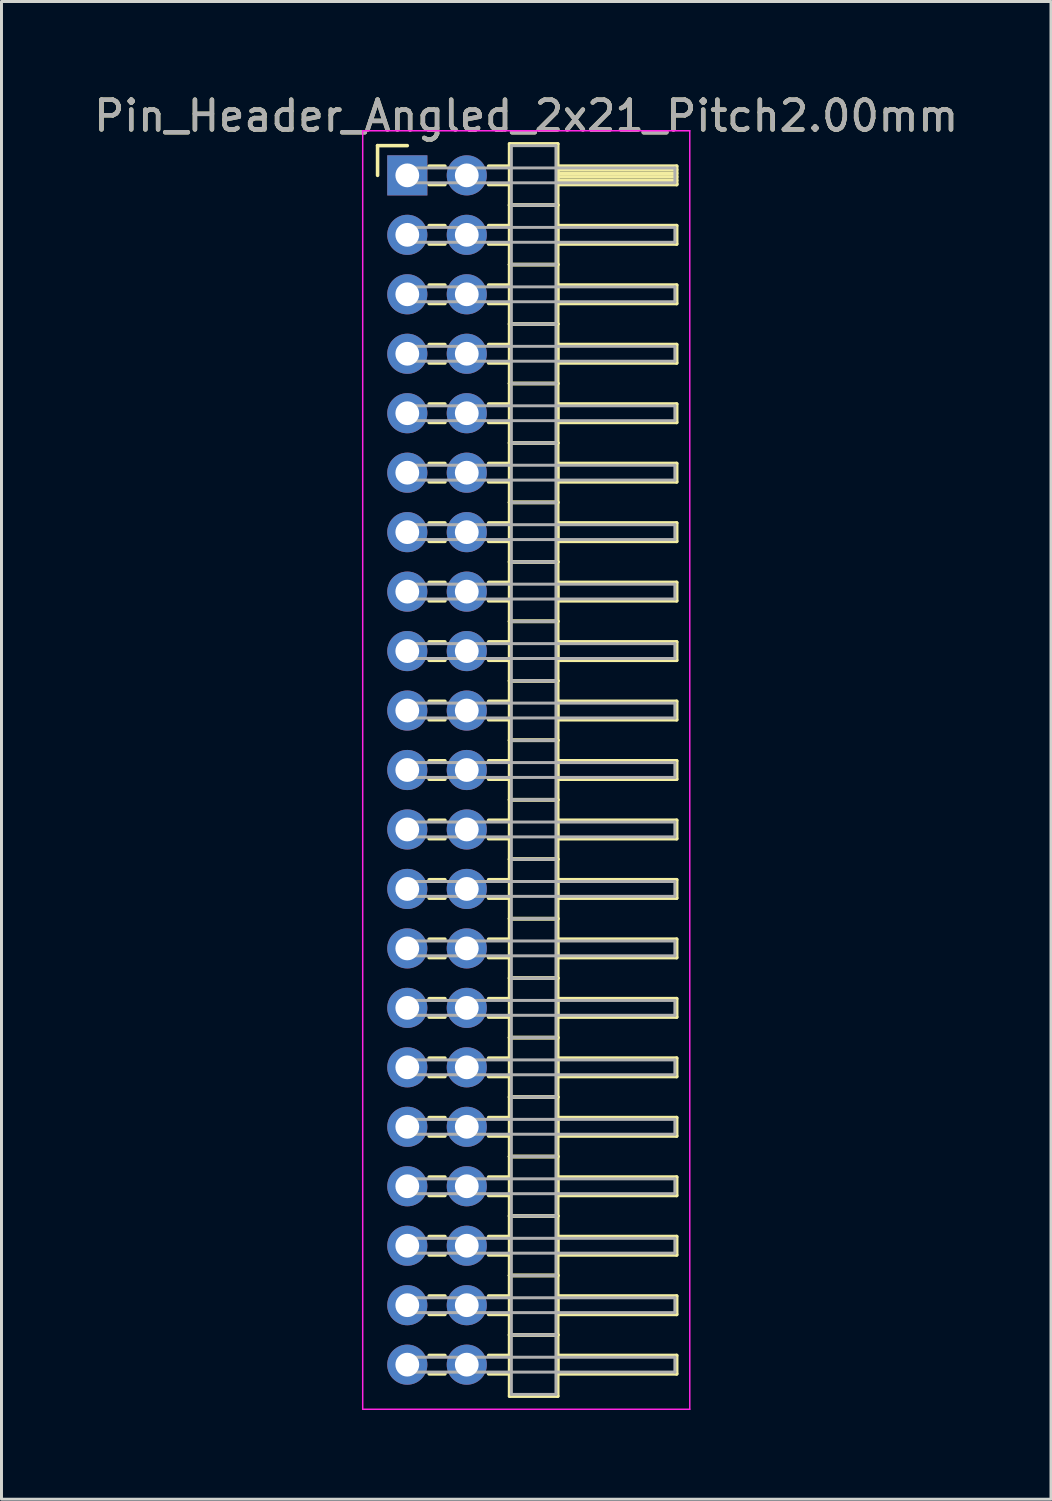
<source format=kicad_pcb>
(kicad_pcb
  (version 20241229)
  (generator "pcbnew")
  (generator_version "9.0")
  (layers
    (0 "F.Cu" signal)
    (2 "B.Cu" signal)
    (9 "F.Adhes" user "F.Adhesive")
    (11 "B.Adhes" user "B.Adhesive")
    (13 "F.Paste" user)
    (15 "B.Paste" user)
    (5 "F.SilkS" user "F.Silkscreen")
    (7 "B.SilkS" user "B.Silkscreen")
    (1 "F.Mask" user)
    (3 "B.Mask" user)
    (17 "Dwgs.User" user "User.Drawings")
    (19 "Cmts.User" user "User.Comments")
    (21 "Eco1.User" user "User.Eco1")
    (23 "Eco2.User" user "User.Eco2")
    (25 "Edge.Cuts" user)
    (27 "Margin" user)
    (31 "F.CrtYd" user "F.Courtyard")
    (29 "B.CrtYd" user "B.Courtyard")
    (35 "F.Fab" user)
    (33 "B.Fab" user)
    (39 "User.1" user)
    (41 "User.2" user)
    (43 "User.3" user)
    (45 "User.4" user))
  (footprint "Pin_Header_Angled_2x21_Pitch2.00mm"
    (layer "F.Cu")
    (at 10.649 2.848)
    (property "Reference" "Pin_Header_Angled_2x21_Pitch2.00mm" (at 4 -2 0) (layer "F.SilkS") (effects (font (size 1 1) (thickness 0.15))))
    (attr through_hole)
    (fp_line (start -1 -1) (end 0 -1) (stroke (width 0.12) (type solid)) (layer "F.SilkS"))
    (fp_line (start -1 0) (end -1 -1) (stroke (width 0.12) (type solid)) (layer "F.SilkS"))
    (fp_line (start 0.735 -0.31) (end 1.265 -0.31) (stroke (width 0.12) (type solid)) (layer "F.SilkS"))
    (fp_line (start 0.735 0.31) (end 1.265 0.31) (stroke (width 0.12) (type solid)) (layer "F.SilkS"))
    (fp_line (start 0.735 1.69) (end 1.265 1.69) (stroke (width 0.12) (type solid)) (layer "F.SilkS"))
    (fp_line (start 0.735 2.31) (end 1.265 2.31) (stroke (width 0.12) (type solid)) (layer "F.SilkS"))
    (fp_line (start 0.735 3.69) (end 1.265 3.69) (stroke (width 0.12) (type solid)) (layer "F.SilkS"))
    (fp_line (start 0.735 4.31) (end 1.265 4.31) (stroke (width 0.12) (type solid)) (layer "F.SilkS"))
    (fp_line (start 0.735 5.69) (end 1.265 5.69) (stroke (width 0.12) (type solid)) (layer "F.SilkS"))
    (fp_line (start 0.735 6.31) (end 1.265 6.31) (stroke (width 0.12) (type solid)) (layer "F.SilkS"))
    (fp_line (start 0.735 7.69) (end 1.265 7.69) (stroke (width 0.12) (type solid)) (layer "F.SilkS"))
    (fp_line (start 0.735 8.31) (end 1.265 8.31) (stroke (width 0.12) (type solid)) (layer "F.SilkS"))
    (fp_line (start 0.735 9.69) (end 1.265 9.69) (stroke (width 0.12) (type solid)) (layer "F.SilkS"))
    (fp_line (start 0.735 10.31) (end 1.265 10.31) (stroke (width 0.12) (type solid)) (layer "F.SilkS"))
    (fp_line (start 0.735 11.69) (end 1.265 11.69) (stroke (width 0.12) (type solid)) (layer "F.SilkS"))
    (fp_line (start 0.735 12.31) (end 1.265 12.31) (stroke (width 0.12) (type solid)) (layer "F.SilkS"))
    (fp_line (start 0.735 13.69) (end 1.265 13.69) (stroke (width 0.12) (type solid)) (layer "F.SilkS"))
    (fp_line (start 0.735 14.31) (end 1.265 14.31) (stroke (width 0.12) (type solid)) (layer "F.SilkS"))
    (fp_line (start 0.735 15.69) (end 1.265 15.69) (stroke (width 0.12) (type solid)) (layer "F.SilkS"))
    (fp_line (start 0.735 16.31) (end 1.265 16.31) (stroke (width 0.12) (type solid)) (layer "F.SilkS"))
    (fp_line (start 0.735 17.69) (end 1.265 17.69) (stroke (width 0.12) (type solid)) (layer "F.SilkS"))
    (fp_line (start 0.735 18.31) (end 1.265 18.31) (stroke (width 0.12) (type solid)) (layer "F.SilkS"))
    (fp_line (start 0.735 19.69) (end 1.265 19.69) (stroke (width 0.12) (type solid)) (layer "F.SilkS"))
    (fp_line (start 0.735 20.31) (end 1.265 20.31) (stroke (width 0.12) (type solid)) (layer "F.SilkS"))
    (fp_line (start 0.735 21.69) (end 1.265 21.69) (stroke (width 0.12) (type solid)) (layer "F.SilkS"))
    (fp_line (start 0.735 22.31) (end 1.265 22.31) (stroke (width 0.12) (type solid)) (layer "F.SilkS"))
    (fp_line (start 0.735 23.69) (end 1.265 23.69) (stroke (width 0.12) (type solid)) (layer "F.SilkS"))
    (fp_line (start 0.735 24.31) (end 1.265 24.31) (stroke (width 0.12) (type solid)) (layer "F.SilkS"))
    (fp_line (start 0.735 25.69) (end 1.265 25.69) (stroke (width 0.12) (type solid)) (layer "F.SilkS"))
    (fp_line (start 0.735 26.31) (end 1.265 26.31) (stroke (width 0.12) (type solid)) (layer "F.SilkS"))
    (fp_line (start 0.735 27.69) (end 1.265 27.69) (stroke (width 0.12) (type solid)) (layer "F.SilkS"))
    (fp_line (start 0.735 28.31) (end 1.265 28.31) (stroke (width 0.12) (type solid)) (layer "F.SilkS"))
    (fp_line (start 0.735 29.69) (end 1.265 29.69) (stroke (width 0.12) (type solid)) (layer "F.SilkS"))
    (fp_line (start 0.735 30.31) (end 1.265 30.31) (stroke (width 0.12) (type solid)) (layer "F.SilkS"))
    (fp_line (start 0.735 31.69) (end 1.265 31.69) (stroke (width 0.12) (type solid)) (layer "F.SilkS"))
    (fp_line (start 0.735 32.31) (end 1.265 32.31) (stroke (width 0.12) (type solid)) (layer "F.SilkS"))
    (fp_line (start 0.735 33.69) (end 1.265 33.69) (stroke (width 0.12) (type solid)) (layer "F.SilkS"))
    (fp_line (start 0.735 34.31) (end 1.265 34.31) (stroke (width 0.12) (type solid)) (layer "F.SilkS"))
    (fp_line (start 0.735 35.69) (end 1.265 35.69) (stroke (width 0.12) (type solid)) (layer "F.SilkS"))
    (fp_line (start 0.735 36.31) (end 1.265 36.31) (stroke (width 0.12) (type solid)) (layer "F.SilkS"))
    (fp_line (start 0.735 37.69) (end 1.265 37.69) (stroke (width 0.12) (type solid)) (layer "F.SilkS"))
    (fp_line (start 0.735 38.31) (end 1.265 38.31) (stroke (width 0.12) (type solid)) (layer "F.SilkS"))
    (fp_line (start 0.735 39.69) (end 1.265 39.69) (stroke (width 0.12) (type solid)) (layer "F.SilkS"))
    (fp_line (start 0.735 40.31) (end 1.265 40.31) (stroke (width 0.12) (type solid)) (layer "F.SilkS"))
    (fp_line (start 2.735 -0.31) (end 3.44 -0.31) (stroke (width 0.12) (type solid)) (layer "F.SilkS"))
    (fp_line (start 2.735 0.31) (end 3.44 0.31) (stroke (width 0.12) (type solid)) (layer "F.SilkS"))
    (fp_line (start 2.735 1.69) (end 3.44 1.69) (stroke (width 0.12) (type solid)) (layer "F.SilkS"))
    (fp_line (start 2.735 2.31) (end 3.44 2.31) (stroke (width 0.12) (type solid)) (layer "F.SilkS"))
    (fp_line (start 2.735 3.69) (end 3.44 3.69) (stroke (width 0.12) (type solid)) (layer "F.SilkS"))
    (fp_line (start 2.735 4.31) (end 3.44 4.31) (stroke (width 0.12) (type solid)) (layer "F.SilkS"))
    (fp_line (start 2.735 5.69) (end 3.44 5.69) (stroke (width 0.12) (type solid)) (layer "F.SilkS"))
    (fp_line (start 2.735 6.31) (end 3.44 6.31) (stroke (width 0.12) (type solid)) (layer "F.SilkS"))
    (fp_line (start 2.735 7.69) (end 3.44 7.69) (stroke (width 0.12) (type solid)) (layer "F.SilkS"))
    (fp_line (start 2.735 8.31) (end 3.44 8.31) (stroke (width 0.12) (type solid)) (layer "F.SilkS"))
    (fp_line (start 2.735 9.69) (end 3.44 9.69) (stroke (width 0.12) (type solid)) (layer "F.SilkS"))
    (fp_line (start 2.735 10.31) (end 3.44 10.31) (stroke (width 0.12) (type solid)) (layer "F.SilkS"))
    (fp_line (start 2.735 11.69) (end 3.44 11.69) (stroke (width 0.12) (type solid)) (layer "F.SilkS"))
    (fp_line (start 2.735 12.31) (end 3.44 12.31) (stroke (width 0.12) (type solid)) (layer "F.SilkS"))
    (fp_line (start 2.735 13.69) (end 3.44 13.69) (stroke (width 0.12) (type solid)) (layer "F.SilkS"))
    (fp_line (start 2.735 14.31) (end 3.44 14.31) (stroke (width 0.12) (type solid)) (layer "F.SilkS"))
    (fp_line (start 2.735 15.69) (end 3.44 15.69) (stroke (width 0.12) (type solid)) (layer "F.SilkS"))
    (fp_line (start 2.735 16.31) (end 3.44 16.31) (stroke (width 0.12) (type solid)) (layer "F.SilkS"))
    (fp_line (start 2.735 17.69) (end 3.44 17.69) (stroke (width 0.12) (type solid)) (layer "F.SilkS"))
    (fp_line (start 2.735 18.31) (end 3.44 18.31) (stroke (width 0.12) (type solid)) (layer "F.SilkS"))
    (fp_line (start 2.735 19.69) (end 3.44 19.69) (stroke (width 0.12) (type solid)) (layer "F.SilkS"))
    (fp_line (start 2.735 20.31) (end 3.44 20.31) (stroke (width 0.12) (type solid)) (layer "F.SilkS"))
    (fp_line (start 2.735 21.69) (end 3.44 21.69) (stroke (width 0.12) (type solid)) (layer "F.SilkS"))
    (fp_line (start 2.735 22.31) (end 3.44 22.31) (stroke (width 0.12) (type solid)) (layer "F.SilkS"))
    (fp_line (start 2.735 23.69) (end 3.44 23.69) (stroke (width 0.12) (type solid)) (layer "F.SilkS"))
    (fp_line (start 2.735 24.31) (end 3.44 24.31) (stroke (width 0.12) (type solid)) (layer "F.SilkS"))
    (fp_line (start 2.735 25.69) (end 3.44 25.69) (stroke (width 0.12) (type solid)) (layer "F.SilkS"))
    (fp_line (start 2.735 26.31) (end 3.44 26.31) (stroke (width 0.12) (type solid)) (layer "F.SilkS"))
    (fp_line (start 2.735 27.69) (end 3.44 27.69) (stroke (width 0.12) (type solid)) (layer "F.SilkS"))
    (fp_line (start 2.735 28.31) (end 3.44 28.31) (stroke (width 0.12) (type solid)) (layer "F.SilkS"))
    (fp_line (start 2.735 29.69) (end 3.44 29.69) (stroke (width 0.12) (type solid)) (layer "F.SilkS"))
    (fp_line (start 2.735 30.31) (end 3.44 30.31) (stroke (width 0.12) (type solid)) (layer "F.SilkS"))
    (fp_line (start 2.735 31.69) (end 3.44 31.69) (stroke (width 0.12) (type solid)) (layer "F.SilkS"))
    (fp_line (start 2.735 32.31) (end 3.44 32.31) (stroke (width 0.12) (type solid)) (layer "F.SilkS"))
    (fp_line (start 2.735 33.69) (end 3.44 33.69) (stroke (width 0.12) (type solid)) (layer "F.SilkS"))
    (fp_line (start 2.735 34.31) (end 3.44 34.31) (stroke (width 0.12) (type solid)) (layer "F.SilkS"))
    (fp_line (start 2.735 35.69) (end 3.44 35.69) (stroke (width 0.12) (type solid)) (layer "F.SilkS"))
    (fp_line (start 2.735 36.31) (end 3.44 36.31) (stroke (width 0.12) (type solid)) (layer "F.SilkS"))
    (fp_line (start 2.735 37.69) (end 3.44 37.69) (stroke (width 0.12) (type solid)) (layer "F.SilkS"))
    (fp_line (start 2.735 38.31) (end 3.44 38.31) (stroke (width 0.12) (type solid)) (layer "F.SilkS"))
    (fp_line (start 2.735 39.69) (end 3.44 39.69) (stroke (width 0.12) (type solid)) (layer "F.SilkS"))
    (fp_line (start 2.735 40.31) (end 3.44 40.31) (stroke (width 0.12) (type solid)) (layer "F.SilkS"))
    (fp_line (start 3.44 -1.06) (end 3.44 1) (stroke (width 0.12) (type solid)) (layer "F.SilkS"))
    (fp_line (start 3.44 1) (end 3.44 3) (stroke (width 0.12) (type solid)) (layer "F.SilkS"))
    (fp_line (start 3.44 1) (end 5.06 1) (stroke (width 0.12) (type solid)) (layer "F.SilkS"))
    (fp_line (start 3.44 3) (end 3.44 5) (stroke (width 0.12) (type solid)) (layer "F.SilkS"))
    (fp_line (start 3.44 3) (end 5.06 3) (stroke (width 0.12) (type solid)) (layer "F.SilkS"))
    (fp_line (start 3.44 5) (end 3.44 7) (stroke (width 0.12) (type solid)) (layer "F.SilkS"))
    (fp_line (start 3.44 5) (end 5.06 5) (stroke (width 0.12) (type solid)) (layer "F.SilkS"))
    (fp_line (start 3.44 7) (end 3.44 9) (stroke (width 0.12) (type solid)) (layer "F.SilkS"))
    (fp_line (start 3.44 7) (end 5.06 7) (stroke (width 0.12) (type solid)) (layer "F.SilkS"))
    (fp_line (start 3.44 9) (end 3.44 11) (stroke (width 0.12) (type solid)) (layer "F.SilkS"))
    (fp_line (start 3.44 9) (end 5.06 9) (stroke (width 0.12) (type solid)) (layer "F.SilkS"))
    (fp_line (start 3.44 11) (end 3.44 13) (stroke (width 0.12) (type solid)) (layer "F.SilkS"))
    (fp_line (start 3.44 11) (end 5.06 11) (stroke (width 0.12) (type solid)) (layer "F.SilkS"))
    (fp_line (start 3.44 13) (end 3.44 15) (stroke (width 0.12) (type solid)) (layer "F.SilkS"))
    (fp_line (start 3.44 13) (end 5.06 13) (stroke (width 0.12) (type solid)) (layer "F.SilkS"))
    (fp_line (start 3.44 15) (end 3.44 17) (stroke (width 0.12) (type solid)) (layer "F.SilkS"))
    (fp_line (start 3.44 15) (end 5.06 15) (stroke (width 0.12) (type solid)) (layer "F.SilkS"))
    (fp_line (start 3.44 17) (end 3.44 19) (stroke (width 0.12) (type solid)) (layer "F.SilkS"))
    (fp_line (start 3.44 17) (end 5.06 17) (stroke (width 0.12) (type solid)) (layer "F.SilkS"))
    (fp_line (start 3.44 19) (end 3.44 21) (stroke (width 0.12) (type solid)) (layer "F.SilkS"))
    (fp_line (start 3.44 19) (end 5.06 19) (stroke (width 0.12) (type solid)) (layer "F.SilkS"))
    (fp_line (start 3.44 21) (end 3.44 23) (stroke (width 0.12) (type solid)) (layer "F.SilkS"))
    (fp_line (start 3.44 21) (end 5.06 21) (stroke (width 0.12) (type solid)) (layer "F.SilkS"))
    (fp_line (start 3.44 23) (end 3.44 25) (stroke (width 0.12) (type solid)) (layer "F.SilkS"))
    (fp_line (start 3.44 23) (end 5.06 23) (stroke (width 0.12) (type solid)) (layer "F.SilkS"))
    (fp_line (start 3.44 25) (end 3.44 27) (stroke (width 0.12) (type solid)) (layer "F.SilkS"))
    (fp_line (start 3.44 25) (end 5.06 25) (stroke (width 0.12) (type solid)) (layer "F.SilkS"))
    (fp_line (start 3.44 27) (end 3.44 29) (stroke (width 0.12) (type solid)) (layer "F.SilkS"))
    (fp_line (start 3.44 27) (end 5.06 27) (stroke (width 0.12) (type solid)) (layer "F.SilkS"))
    (fp_line (start 3.44 29) (end 3.44 31) (stroke (width 0.12) (type solid)) (layer "F.SilkS"))
    (fp_line (start 3.44 29) (end 5.06 29) (stroke (width 0.12) (type solid)) (layer "F.SilkS"))
    (fp_line (start 3.44 31) (end 3.44 33) (stroke (width 0.12) (type solid)) (layer "F.SilkS"))
    (fp_line (start 3.44 31) (end 5.06 31) (stroke (width 0.12) (type solid)) (layer "F.SilkS"))
    (fp_line (start 3.44 33) (end 3.44 35) (stroke (width 0.12) (type solid)) (layer "F.SilkS"))
    (fp_line (start 3.44 33) (end 5.06 33) (stroke (width 0.12) (type solid)) (layer "F.SilkS"))
    (fp_line (start 3.44 35) (end 3.44 37) (stroke (width 0.12) (type solid)) (layer "F.SilkS"))
    (fp_line (start 3.44 35) (end 5.06 35) (stroke (width 0.12) (type solid)) (layer "F.SilkS"))
    (fp_line (start 3.44 37) (end 3.44 39) (stroke (width 0.12) (type solid)) (layer "F.SilkS"))
    (fp_line (start 3.44 37) (end 5.06 37) (stroke (width 0.12) (type solid)) (layer "F.SilkS"))
    (fp_line (start 3.44 39) (end 3.44 41.06) (stroke (width 0.12) (type solid)) (layer "F.SilkS"))
    (fp_line (start 3.44 39) (end 5.06 39) (stroke (width 0.12) (type solid)) (layer "F.SilkS"))
    (fp_line (start 3.44 41.06) (end 5.06 41.06) (stroke (width 0.12) (type solid)) (layer "F.SilkS"))
    (fp_line (start 5.06 -1.06) (end 3.44 -1.06) (stroke (width 0.12) (type solid)) (layer "F.SilkS"))
    (fp_line (start 5.06 -0.31) (end 5.06 0.31) (stroke (width 0.12) (type solid)) (layer "F.SilkS"))
    (fp_line (start 5.06 -0.19) (end 9.06 -0.19) (stroke (width 0.12) (type solid)) (layer "F.SilkS"))
    (fp_line (start 5.06 -0.07) (end 9.06 -0.07) (stroke (width 0.12) (type solid)) (layer "F.SilkS"))
    (fp_line (start 5.06 0.05) (end 9.06 0.05) (stroke (width 0.12) (type solid)) (layer "F.SilkS"))
    (fp_line (start 5.06 0.17) (end 9.06 0.17) (stroke (width 0.12) (type solid)) (layer "F.SilkS"))
    (fp_line (start 5.06 0.29) (end 9.06 0.29) (stroke (width 0.12) (type solid)) (layer "F.SilkS"))
    (fp_line (start 5.06 0.31) (end 9.06 0.31) (stroke (width 0.12) (type solid)) (layer "F.SilkS"))
    (fp_line (start 5.06 1) (end 3.44 1) (stroke (width 0.12) (type solid)) (layer "F.SilkS"))
    (fp_line (start 5.06 1) (end 5.06 -1.06) (stroke (width 0.12) (type solid)) (layer "F.SilkS"))
    (fp_line (start 5.06 1.69) (end 5.06 2.31) (stroke (width 0.12) (type solid)) (layer "F.SilkS"))
    (fp_line (start 5.06 2.31) (end 9.06 2.31) (stroke (width 0.12) (type solid)) (layer "F.SilkS"))
    (fp_line (start 5.06 3) (end 3.44 3) (stroke (width 0.12) (type solid)) (layer "F.SilkS"))
    (fp_line (start 5.06 3) (end 5.06 1) (stroke (width 0.12) (type solid)) (layer "F.SilkS"))
    (fp_line (start 5.06 3.69) (end 5.06 4.31) (stroke (width 0.12) (type solid)) (layer "F.SilkS"))
    (fp_line (start 5.06 4.31) (end 9.06 4.31) (stroke (width 0.12) (type solid)) (layer "F.SilkS"))
    (fp_line (start 5.06 5) (end 3.44 5) (stroke (width 0.12) (type solid)) (layer "F.SilkS"))
    (fp_line (start 5.06 5) (end 5.06 3) (stroke (width 0.12) (type solid)) (layer "F.SilkS"))
    (fp_line (start 5.06 5.69) (end 5.06 6.31) (stroke (width 0.12) (type solid)) (layer "F.SilkS"))
    (fp_line (start 5.06 6.31) (end 9.06 6.31) (stroke (width 0.12) (type solid)) (layer "F.SilkS"))
    (fp_line (start 5.06 7) (end 3.44 7) (stroke (width 0.12) (type solid)) (layer "F.SilkS"))
    (fp_line (start 5.06 7) (end 5.06 5) (stroke (width 0.12) (type solid)) (layer "F.SilkS"))
    (fp_line (start 5.06 7.69) (end 5.06 8.31) (stroke (width 0.12) (type solid)) (layer "F.SilkS"))
    (fp_line (start 5.06 8.31) (end 9.06 8.31) (stroke (width 0.12) (type solid)) (layer "F.SilkS"))
    (fp_line (start 5.06 9) (end 3.44 9) (stroke (width 0.12) (type solid)) (layer "F.SilkS"))
    (fp_line (start 5.06 9) (end 5.06 7) (stroke (width 0.12) (type solid)) (layer "F.SilkS"))
    (fp_line (start 5.06 9.69) (end 5.06 10.31) (stroke (width 0.12) (type solid)) (layer "F.SilkS"))
    (fp_line (start 5.06 10.31) (end 9.06 10.31) (stroke (width 0.12) (type solid)) (layer "F.SilkS"))
    (fp_line (start 5.06 11) (end 3.44 11) (stroke (width 0.12) (type solid)) (layer "F.SilkS"))
    (fp_line (start 5.06 11) (end 5.06 9) (stroke (width 0.12) (type solid)) (layer "F.SilkS"))
    (fp_line (start 5.06 11.69) (end 5.06 12.31) (stroke (width 0.12) (type solid)) (layer "F.SilkS"))
    (fp_line (start 5.06 12.31) (end 9.06 12.31) (stroke (width 0.12) (type solid)) (layer "F.SilkS"))
    (fp_line (start 5.06 13) (end 3.44 13) (stroke (width 0.12) (type solid)) (layer "F.SilkS"))
    (fp_line (start 5.06 13) (end 5.06 11) (stroke (width 0.12) (type solid)) (layer "F.SilkS"))
    (fp_line (start 5.06 13.69) (end 5.06 14.31) (stroke (width 0.12) (type solid)) (layer "F.SilkS"))
    (fp_line (start 5.06 14.31) (end 9.06 14.31) (stroke (width 0.12) (type solid)) (layer "F.SilkS"))
    (fp_line (start 5.06 15) (end 3.44 15) (stroke (width 0.12) (type solid)) (layer "F.SilkS"))
    (fp_line (start 5.06 15) (end 5.06 13) (stroke (width 0.12) (type solid)) (layer "F.SilkS"))
    (fp_line (start 5.06 15.69) (end 5.06 16.31) (stroke (width 0.12) (type solid)) (layer "F.SilkS"))
    (fp_line (start 5.06 16.31) (end 9.06 16.31) (stroke (width 0.12) (type solid)) (layer "F.SilkS"))
    (fp_line (start 5.06 17) (end 3.44 17) (stroke (width 0.12) (type solid)) (layer "F.SilkS"))
    (fp_line (start 5.06 17) (end 5.06 15) (stroke (width 0.12) (type solid)) (layer "F.SilkS"))
    (fp_line (start 5.06 17.69) (end 5.06 18.31) (stroke (width 0.12) (type solid)) (layer "F.SilkS"))
    (fp_line (start 5.06 18.31) (end 9.06 18.31) (stroke (width 0.12) (type solid)) (layer "F.SilkS"))
    (fp_line (start 5.06 19) (end 3.44 19) (stroke (width 0.12) (type solid)) (layer "F.SilkS"))
    (fp_line (start 5.06 19) (end 5.06 17) (stroke (width 0.12) (type solid)) (layer "F.SilkS"))
    (fp_line (start 5.06 19.69) (end 5.06 20.31) (stroke (width 0.12) (type solid)) (layer "F.SilkS"))
    (fp_line (start 5.06 20.31) (end 9.06 20.31) (stroke (width 0.12) (type solid)) (layer "F.SilkS"))
    (fp_line (start 5.06 21) (end 3.44 21) (stroke (width 0.12) (type solid)) (layer "F.SilkS"))
    (fp_line (start 5.06 21) (end 5.06 19) (stroke (width 0.12) (type solid)) (layer "F.SilkS"))
    (fp_line (start 5.06 21.69) (end 5.06 22.31) (stroke (width 0.12) (type solid)) (layer "F.SilkS"))
    (fp_line (start 5.06 22.31) (end 9.06 22.31) (stroke (width 0.12) (type solid)) (layer "F.SilkS"))
    (fp_line (start 5.06 23) (end 3.44 23) (stroke (width 0.12) (type solid)) (layer "F.SilkS"))
    (fp_line (start 5.06 23) (end 5.06 21) (stroke (width 0.12) (type solid)) (layer "F.SilkS"))
    (fp_line (start 5.06 23.69) (end 5.06 24.31) (stroke (width 0.12) (type solid)) (layer "F.SilkS"))
    (fp_line (start 5.06 24.31) (end 9.06 24.31) (stroke (width 0.12) (type solid)) (layer "F.SilkS"))
    (fp_line (start 5.06 25) (end 3.44 25) (stroke (width 0.12) (type solid)) (layer "F.SilkS"))
    (fp_line (start 5.06 25) (end 5.06 23) (stroke (width 0.12) (type solid)) (layer "F.SilkS"))
    (fp_line (start 5.06 25.69) (end 5.06 26.31) (stroke (width 0.12) (type solid)) (layer "F.SilkS"))
    (fp_line (start 5.06 26.31) (end 9.06 26.31) (stroke (width 0.12) (type solid)) (layer "F.SilkS"))
    (fp_line (start 5.06 27) (end 3.44 27) (stroke (width 0.12) (type solid)) (layer "F.SilkS"))
    (fp_line (start 5.06 27) (end 5.06 25) (stroke (width 0.12) (type solid)) (layer "F.SilkS"))
    (fp_line (start 5.06 27.69) (end 5.06 28.31) (stroke (width 0.12) (type solid)) (layer "F.SilkS"))
    (fp_line (start 5.06 28.31) (end 9.06 28.31) (stroke (width 0.12) (type solid)) (layer "F.SilkS"))
    (fp_line (start 5.06 29) (end 3.44 29) (stroke (width 0.12) (type solid)) (layer "F.SilkS"))
    (fp_line (start 5.06 29) (end 5.06 27) (stroke (width 0.12) (type solid)) (layer "F.SilkS"))
    (fp_line (start 5.06 29.69) (end 5.06 30.31) (stroke (width 0.12) (type solid)) (layer "F.SilkS"))
    (fp_line (start 5.06 30.31) (end 9.06 30.31) (stroke (width 0.12) (type solid)) (layer "F.SilkS"))
    (fp_line (start 5.06 31) (end 3.44 31) (stroke (width 0.12) (type solid)) (layer "F.SilkS"))
    (fp_line (start 5.06 31) (end 5.06 29) (stroke (width 0.12) (type solid)) (layer "F.SilkS"))
    (fp_line (start 5.06 31.69) (end 5.06 32.31) (stroke (width 0.12) (type solid)) (layer "F.SilkS"))
    (fp_line (start 5.06 32.31) (end 9.06 32.31) (stroke (width 0.12) (type solid)) (layer "F.SilkS"))
    (fp_line (start 5.06 33) (end 3.44 33) (stroke (width 0.12) (type solid)) (layer "F.SilkS"))
    (fp_line (start 5.06 33) (end 5.06 31) (stroke (width 0.12) (type solid)) (layer "F.SilkS"))
    (fp_line (start 5.06 33.69) (end 5.06 34.31) (stroke (width 0.12) (type solid)) (layer "F.SilkS"))
    (fp_line (start 5.06 34.31) (end 9.06 34.31) (stroke (width 0.12) (type solid)) (layer "F.SilkS"))
    (fp_line (start 5.06 35) (end 3.44 35) (stroke (width 0.12) (type solid)) (layer "F.SilkS"))
    (fp_line (start 5.06 35) (end 5.06 33) (stroke (width 0.12) (type solid)) (layer "F.SilkS"))
    (fp_line (start 5.06 35.69) (end 5.06 36.31) (stroke (width 0.12) (type solid)) (layer "F.SilkS"))
    (fp_line (start 5.06 36.31) (end 9.06 36.31) (stroke (width 0.12) (type solid)) (layer "F.SilkS"))
    (fp_line (start 5.06 37) (end 3.44 37) (stroke (width 0.12) (type solid)) (layer "F.SilkS"))
    (fp_line (start 5.06 37) (end 5.06 35) (stroke (width 0.12) (type solid)) (layer "F.SilkS"))
    (fp_line (start 5.06 37.69) (end 5.06 38.31) (stroke (width 0.12) (type solid)) (layer "F.SilkS"))
    (fp_line (start 5.06 38.31) (end 9.06 38.31) (stroke (width 0.12) (type solid)) (layer "F.SilkS"))
    (fp_line (start 5.06 39) (end 3.44 39) (stroke (width 0.12) (type solid)) (layer "F.SilkS"))
    (fp_line (start 5.06 39) (end 5.06 37) (stroke (width 0.12) (type solid)) (layer "F.SilkS"))
    (fp_line (start 5.06 39.69) (end 5.06 40.31) (stroke (width 0.12) (type solid)) (layer "F.SilkS"))
    (fp_line (start 5.06 40.31) (end 9.06 40.31) (stroke (width 0.12) (type solid)) (layer "F.SilkS"))
    (fp_line (start 5.06 41.06) (end 5.06 39) (stroke (width 0.12) (type solid)) (layer "F.SilkS"))
    (fp_line (start 9.06 -0.31) (end 5.06 -0.31) (stroke (width 0.12) (type solid)) (layer "F.SilkS"))
    (fp_line (start 9.06 0.31) (end 9.06 -0.31) (stroke (width 0.12) (type solid)) (layer "F.SilkS"))
    (fp_line (start 9.06 1.69) (end 5.06 1.69) (stroke (width 0.12) (type solid)) (layer "F.SilkS"))
    (fp_line (start 9.06 2.31) (end 9.06 1.69) (stroke (width 0.12) (type solid)) (layer "F.SilkS"))
    (fp_line (start 9.06 3.69) (end 5.06 3.69) (stroke (width 0.12) (type solid)) (layer "F.SilkS"))
    (fp_line (start 9.06 4.31) (end 9.06 3.69) (stroke (width 0.12) (type solid)) (layer "F.SilkS"))
    (fp_line (start 9.06 5.69) (end 5.06 5.69) (stroke (width 0.12) (type solid)) (layer "F.SilkS"))
    (fp_line (start 9.06 6.31) (end 9.06 5.69) (stroke (width 0.12) (type solid)) (layer "F.SilkS"))
    (fp_line (start 9.06 7.69) (end 5.06 7.69) (stroke (width 0.12) (type solid)) (layer "F.SilkS"))
    (fp_line (start 9.06 8.31) (end 9.06 7.69) (stroke (width 0.12) (type solid)) (layer "F.SilkS"))
    (fp_line (start 9.06 9.69) (end 5.06 9.69) (stroke (width 0.12) (type solid)) (layer "F.SilkS"))
    (fp_line (start 9.06 10.31) (end 9.06 9.69) (stroke (width 0.12) (type solid)) (layer "F.SilkS"))
    (fp_line (start 9.06 11.69) (end 5.06 11.69) (stroke (width 0.12) (type solid)) (layer "F.SilkS"))
    (fp_line (start 9.06 12.31) (end 9.06 11.69) (stroke (width 0.12) (type solid)) (layer "F.SilkS"))
    (fp_line (start 9.06 13.69) (end 5.06 13.69) (stroke (width 0.12) (type solid)) (layer "F.SilkS"))
    (fp_line (start 9.06 14.31) (end 9.06 13.69) (stroke (width 0.12) (type solid)) (layer "F.SilkS"))
    (fp_line (start 9.06 15.69) (end 5.06 15.69) (stroke (width 0.12) (type solid)) (layer "F.SilkS"))
    (fp_line (start 9.06 16.31) (end 9.06 15.69) (stroke (width 0.12) (type solid)) (layer "F.SilkS"))
    (fp_line (start 9.06 17.69) (end 5.06 17.69) (stroke (width 0.12) (type solid)) (layer "F.SilkS"))
    (fp_line (start 9.06 18.31) (end 9.06 17.69) (stroke (width 0.12) (type solid)) (layer "F.SilkS"))
    (fp_line (start 9.06 19.69) (end 5.06 19.69) (stroke (width 0.12) (type solid)) (layer "F.SilkS"))
    (fp_line (start 9.06 20.31) (end 9.06 19.69) (stroke (width 0.12) (type solid)) (layer "F.SilkS"))
    (fp_line (start 9.06 21.69) (end 5.06 21.69) (stroke (width 0.12) (type solid)) (layer "F.SilkS"))
    (fp_line (start 9.06 22.31) (end 9.06 21.69) (stroke (width 0.12) (type solid)) (layer "F.SilkS"))
    (fp_line (start 9.06 23.69) (end 5.06 23.69) (stroke (width 0.12) (type solid)) (layer "F.SilkS"))
    (fp_line (start 9.06 24.31) (end 9.06 23.69) (stroke (width 0.12) (type solid)) (layer "F.SilkS"))
    (fp_line (start 9.06 25.69) (end 5.06 25.69) (stroke (width 0.12) (type solid)) (layer "F.SilkS"))
    (fp_line (start 9.06 26.31) (end 9.06 25.69) (stroke (width 0.12) (type solid)) (layer "F.SilkS"))
    (fp_line (start 9.06 27.69) (end 5.06 27.69) (stroke (width 0.12) (type solid)) (layer "F.SilkS"))
    (fp_line (start 9.06 28.31) (end 9.06 27.69) (stroke (width 0.12) (type solid)) (layer "F.SilkS"))
    (fp_line (start 9.06 29.69) (end 5.06 29.69) (stroke (width 0.12) (type solid)) (layer "F.SilkS"))
    (fp_line (start 9.06 30.31) (end 9.06 29.69) (stroke (width 0.12) (type solid)) (layer "F.SilkS"))
    (fp_line (start 9.06 31.69) (end 5.06 31.69) (stroke (width 0.12) (type solid)) (layer "F.SilkS"))
    (fp_line (start 9.06 32.31) (end 9.06 31.69) (stroke (width 0.12) (type solid)) (layer "F.SilkS"))
    (fp_line (start 9.06 33.69) (end 5.06 33.69) (stroke (width 0.12) (type solid)) (layer "F.SilkS"))
    (fp_line (start 9.06 34.31) (end 9.06 33.69) (stroke (width 0.12) (type solid)) (layer "F.SilkS"))
    (fp_line (start 9.06 35.69) (end 5.06 35.69) (stroke (width 0.12) (type solid)) (layer "F.SilkS"))
    (fp_line (start 9.06 36.31) (end 9.06 35.69) (stroke (width 0.12) (type solid)) (layer "F.SilkS"))
    (fp_line (start 9.06 37.69) (end 5.06 37.69) (stroke (width 0.12) (type solid)) (layer "F.SilkS"))
    (fp_line (start 9.06 38.31) (end 9.06 37.69) (stroke (width 0.12) (type solid)) (layer "F.SilkS"))
    (fp_line (start 9.06 39.69) (end 5.06 39.69) (stroke (width 0.12) (type solid)) (layer "F.SilkS"))
    (fp_line (start 9.06 40.31) (end 9.06 39.69) (stroke (width 0.12) (type solid)) (layer "F.SilkS"))
    (fp_line (start -1.5 -1.5) (end -1.5 41.5) (stroke (width 0.05) (type solid)) (layer "F.CrtYd"))
    (fp_line (start -1.5 41.5) (end 9.5 41.5) (stroke (width 0.05) (type solid)) (layer "F.CrtYd"))
    (fp_line (start 9.5 -1.5) (end -1.5 -1.5) (stroke (width 0.05) (type solid)) (layer "F.CrtYd"))
    (fp_line (start 9.5 41.5) (end 9.5 -1.5) (stroke (width 0.05) (type solid)) (layer "F.CrtYd"))
    (fp_line (start 0 -0.25) (end 0 0.25) (stroke (width 0.1) (type solid)) (layer "F.Fab"))
    (fp_line (start 0 0.25) (end 9 0.25) (stroke (width 0.1) (type solid)) (layer "F.Fab"))
    (fp_line (start 0 1.75) (end 0 2.25) (stroke (width 0.1) (type solid)) (layer "F.Fab"))
    (fp_line (start 0 2.25) (end 9 2.25) (stroke (width 0.1) (type solid)) (layer "F.Fab"))
    (fp_line (start 0 3.75) (end 0 4.25) (stroke (width 0.1) (type solid)) (layer "F.Fab"))
    (fp_line (start 0 4.25) (end 9 4.25) (stroke (width 0.1) (type solid)) (layer "F.Fab"))
    (fp_line (start 0 5.75) (end 0 6.25) (stroke (width 0.1) (type solid)) (layer "F.Fab"))
    (fp_line (start 0 6.25) (end 9 6.25) (stroke (width 0.1) (type solid)) (layer "F.Fab"))
    (fp_line (start 0 7.75) (end 0 8.25) (stroke (width 0.1) (type solid)) (layer "F.Fab"))
    (fp_line (start 0 8.25) (end 9 8.25) (stroke (width 0.1) (type solid)) (layer "F.Fab"))
    (fp_line (start 0 9.75) (end 0 10.25) (stroke (width 0.1) (type solid)) (layer "F.Fab"))
    (fp_line (start 0 10.25) (end 9 10.25) (stroke (width 0.1) (type solid)) (layer "F.Fab"))
    (fp_line (start 0 11.75) (end 0 12.25) (stroke (width 0.1) (type solid)) (layer "F.Fab"))
    (fp_line (start 0 12.25) (end 9 12.25) (stroke (width 0.1) (type solid)) (layer "F.Fab"))
    (fp_line (start 0 13.75) (end 0 14.25) (stroke (width 0.1) (type solid)) (layer "F.Fab"))
    (fp_line (start 0 14.25) (end 9 14.25) (stroke (width 0.1) (type solid)) (layer "F.Fab"))
    (fp_line (start 0 15.75) (end 0 16.25) (stroke (width 0.1) (type solid)) (layer "F.Fab"))
    (fp_line (start 0 16.25) (end 9 16.25) (stroke (width 0.1) (type solid)) (layer "F.Fab"))
    (fp_line (start 0 17.75) (end 0 18.25) (stroke (width 0.1) (type solid)) (layer "F.Fab"))
    (fp_line (start 0 18.25) (end 9 18.25) (stroke (width 0.1) (type solid)) (layer "F.Fab"))
    (fp_line (start 0 19.75) (end 0 20.25) (stroke (width 0.1) (type solid)) (layer "F.Fab"))
    (fp_line (start 0 20.25) (end 9 20.25) (stroke (width 0.1) (type solid)) (layer "F.Fab"))
    (fp_line (start 0 21.75) (end 0 22.25) (stroke (width 0.1) (type solid)) (layer "F.Fab"))
    (fp_line (start 0 22.25) (end 9 22.25) (stroke (width 0.1) (type solid)) (layer "F.Fab"))
    (fp_line (start 0 23.75) (end 0 24.25) (stroke (width 0.1) (type solid)) (layer "F.Fab"))
    (fp_line (start 0 24.25) (end 9 24.25) (stroke (width 0.1) (type solid)) (layer "F.Fab"))
    (fp_line (start 0 25.75) (end 0 26.25) (stroke (width 0.1) (type solid)) (layer "F.Fab"))
    (fp_line (start 0 26.25) (end 9 26.25) (stroke (width 0.1) (type solid)) (layer "F.Fab"))
    (fp_line (start 0 27.75) (end 0 28.25) (stroke (width 0.1) (type solid)) (layer "F.Fab"))
    (fp_line (start 0 28.25) (end 9 28.25) (stroke (width 0.1) (type solid)) (layer "F.Fab"))
    (fp_line (start 0 29.75) (end 0 30.25) (stroke (width 0.1) (type solid)) (layer "F.Fab"))
    (fp_line (start 0 30.25) (end 9 30.25) (stroke (width 0.1) (type solid)) (layer "F.Fab"))
    (fp_line (start 0 31.75) (end 0 32.25) (stroke (width 0.1) (type solid)) (layer "F.Fab"))
    (fp_line (start 0 32.25) (end 9 32.25) (stroke (width 0.1) (type solid)) (layer "F.Fab"))
    (fp_line (start 0 33.75) (end 0 34.25) (stroke (width 0.1) (type solid)) (layer "F.Fab"))
    (fp_line (start 0 34.25) (end 9 34.25) (stroke (width 0.1) (type solid)) (layer "F.Fab"))
    (fp_line (start 0 35.75) (end 0 36.25) (stroke (width 0.1) (type solid)) (layer "F.Fab"))
    (fp_line (start 0 36.25) (end 9 36.25) (stroke (width 0.1) (type solid)) (layer "F.Fab"))
    (fp_line (start 0 37.75) (end 0 38.25) (stroke (width 0.1) (type solid)) (layer "F.Fab"))
    (fp_line (start 0 38.25) (end 9 38.25) (stroke (width 0.1) (type solid)) (layer "F.Fab"))
    (fp_line (start 0 39.75) (end 0 40.25) (stroke (width 0.1) (type solid)) (layer "F.Fab"))
    (fp_line (start 0 40.25) (end 9 40.25) (stroke (width 0.1) (type solid)) (layer "F.Fab"))
    (fp_line (start 3.5 -1) (end 3.5 1) (stroke (width 0.1) (type solid)) (layer "F.Fab"))
    (fp_line (start 3.5 1) (end 3.5 3) (stroke (width 0.1) (type solid)) (layer "F.Fab"))
    (fp_line (start 3.5 1) (end 5 1) (stroke (width 0.1) (type solid)) (layer "F.Fab"))
    (fp_line (start 3.5 3) (end 3.5 5) (stroke (width 0.1) (type solid)) (layer "F.Fab"))
    (fp_line (start 3.5 3) (end 5 3) (stroke (width 0.1) (type solid)) (layer "F.Fab"))
    (fp_line (start 3.5 5) (end 3.5 7) (stroke (width 0.1) (type solid)) (layer "F.Fab"))
    (fp_line (start 3.5 5) (end 5 5) (stroke (width 0.1) (type solid)) (layer "F.Fab"))
    (fp_line (start 3.5 7) (end 3.5 9) (stroke (width 0.1) (type solid)) (layer "F.Fab"))
    (fp_line (start 3.5 7) (end 5 7) (stroke (width 0.1) (type solid)) (layer "F.Fab"))
    (fp_line (start 3.5 9) (end 3.5 11) (stroke (width 0.1) (type solid)) (layer "F.Fab"))
    (fp_line (start 3.5 9) (end 5 9) (stroke (width 0.1) (type solid)) (layer "F.Fab"))
    (fp_line (start 3.5 11) (end 3.5 13) (stroke (width 0.1) (type solid)) (layer "F.Fab"))
    (fp_line (start 3.5 11) (end 5 11) (stroke (width 0.1) (type solid)) (layer "F.Fab"))
    (fp_line (start 3.5 13) (end 3.5 15) (stroke (width 0.1) (type solid)) (layer "F.Fab"))
    (fp_line (start 3.5 13) (end 5 13) (stroke (width 0.1) (type solid)) (layer "F.Fab"))
    (fp_line (start 3.5 15) (end 3.5 17) (stroke (width 0.1) (type solid)) (layer "F.Fab"))
    (fp_line (start 3.5 15) (end 5 15) (stroke (width 0.1) (type solid)) (layer "F.Fab"))
    (fp_line (start 3.5 17) (end 3.5 19) (stroke (width 0.1) (type solid)) (layer "F.Fab"))
    (fp_line (start 3.5 17) (end 5 17) (stroke (width 0.1) (type solid)) (layer "F.Fab"))
    (fp_line (start 3.5 19) (end 3.5 21) (stroke (width 0.1) (type solid)) (layer "F.Fab"))
    (fp_line (start 3.5 19) (end 5 19) (stroke (width 0.1) (type solid)) (layer "F.Fab"))
    (fp_line (start 3.5 21) (end 3.5 23) (stroke (width 0.1) (type solid)) (layer "F.Fab"))
    (fp_line (start 3.5 21) (end 5 21) (stroke (width 0.1) (type solid)) (layer "F.Fab"))
    (fp_line (start 3.5 23) (end 3.5 25) (stroke (width 0.1) (type solid)) (layer "F.Fab"))
    (fp_line (start 3.5 23) (end 5 23) (stroke (width 0.1) (type solid)) (layer "F.Fab"))
    (fp_line (start 3.5 25) (end 3.5 27) (stroke (width 0.1) (type solid)) (layer "F.Fab"))
    (fp_line (start 3.5 25) (end 5 25) (stroke (width 0.1) (type solid)) (layer "F.Fab"))
    (fp_line (start 3.5 27) (end 3.5 29) (stroke (width 0.1) (type solid)) (layer "F.Fab"))
    (fp_line (start 3.5 27) (end 5 27) (stroke (width 0.1) (type solid)) (layer "F.Fab"))
    (fp_line (start 3.5 29) (end 3.5 31) (stroke (width 0.1) (type solid)) (layer "F.Fab"))
    (fp_line (start 3.5 29) (end 5 29) (stroke (width 0.1) (type solid)) (layer "F.Fab"))
    (fp_line (start 3.5 31) (end 3.5 33) (stroke (width 0.1) (type solid)) (layer "F.Fab"))
    (fp_line (start 3.5 31) (end 5 31) (stroke (width 0.1) (type solid)) (layer "F.Fab"))
    (fp_line (start 3.5 33) (end 3.5 35) (stroke (width 0.1) (type solid)) (layer "F.Fab"))
    (fp_line (start 3.5 33) (end 5 33) (stroke (width 0.1) (type solid)) (layer "F.Fab"))
    (fp_line (start 3.5 35) (end 3.5 37) (stroke (width 0.1) (type solid)) (layer "F.Fab"))
    (fp_line (start 3.5 35) (end 5 35) (stroke (width 0.1) (type solid)) (layer "F.Fab"))
    (fp_line (start 3.5 37) (end 3.5 39) (stroke (width 0.1) (type solid)) (layer "F.Fab"))
    (fp_line (start 3.5 37) (end 5 37) (stroke (width 0.1) (type solid)) (layer "F.Fab"))
    (fp_line (start 3.5 39) (end 3.5 41) (stroke (width 0.1) (type solid)) (layer "F.Fab"))
    (fp_line (start 3.5 39) (end 5 39) (stroke (width 0.1) (type solid)) (layer "F.Fab"))
    (fp_line (start 3.5 41) (end 5 41) (stroke (width 0.1) (type solid)) (layer "F.Fab"))
    (fp_line (start 5 -1) (end 3.5 -1) (stroke (width 0.1) (type solid)) (layer "F.Fab"))
    (fp_line (start 5 1) (end 3.5 1) (stroke (width 0.1) (type solid)) (layer "F.Fab"))
    (fp_line (start 5 1) (end 5 -1) (stroke (width 0.1) (type solid)) (layer "F.Fab"))
    (fp_line (start 5 3) (end 3.5 3) (stroke (width 0.1) (type solid)) (layer "F.Fab"))
    (fp_line (start 5 3) (end 5 1) (stroke (width 0.1) (type solid)) (layer "F.Fab"))
    (fp_line (start 5 5) (end 3.5 5) (stroke (width 0.1) (type solid)) (layer "F.Fab"))
    (fp_line (start 5 5) (end 5 3) (stroke (width 0.1) (type solid)) (layer "F.Fab"))
    (fp_line (start 5 7) (end 3.5 7) (stroke (width 0.1) (type solid)) (layer "F.Fab"))
    (fp_line (start 5 7) (end 5 5) (stroke (width 0.1) (type solid)) (layer "F.Fab"))
    (fp_line (start 5 9) (end 3.5 9) (stroke (width 0.1) (type solid)) (layer "F.Fab"))
    (fp_line (start 5 9) (end 5 7) (stroke (width 0.1) (type solid)) (layer "F.Fab"))
    (fp_line (start 5 11) (end 3.5 11) (stroke (width 0.1) (type solid)) (layer "F.Fab"))
    (fp_line (start 5 11) (end 5 9) (stroke (width 0.1) (type solid)) (layer "F.Fab"))
    (fp_line (start 5 13) (end 3.5 13) (stroke (width 0.1) (type solid)) (layer "F.Fab"))
    (fp_line (start 5 13) (end 5 11) (stroke (width 0.1) (type solid)) (layer "F.Fab"))
    (fp_line (start 5 15) (end 3.5 15) (stroke (width 0.1) (type solid)) (layer "F.Fab"))
    (fp_line (start 5 15) (end 5 13) (stroke (width 0.1) (type solid)) (layer "F.Fab"))
    (fp_line (start 5 17) (end 3.5 17) (stroke (width 0.1) (type solid)) (layer "F.Fab"))
    (fp_line (start 5 17) (end 5 15) (stroke (width 0.1) (type solid)) (layer "F.Fab"))
    (fp_line (start 5 19) (end 3.5 19) (stroke (width 0.1) (type solid)) (layer "F.Fab"))
    (fp_line (start 5 19) (end 5 17) (stroke (width 0.1) (type solid)) (layer "F.Fab"))
    (fp_line (start 5 21) (end 3.5 21) (stroke (width 0.1) (type solid)) (layer "F.Fab"))
    (fp_line (start 5 21) (end 5 19) (stroke (width 0.1) (type solid)) (layer "F.Fab"))
    (fp_line (start 5 23) (end 3.5 23) (stroke (width 0.1) (type solid)) (layer "F.Fab"))
    (fp_line (start 5 23) (end 5 21) (stroke (width 0.1) (type solid)) (layer "F.Fab"))
    (fp_line (start 5 25) (end 3.5 25) (stroke (width 0.1) (type solid)) (layer "F.Fab"))
    (fp_line (start 5 25) (end 5 23) (stroke (width 0.1) (type solid)) (layer "F.Fab"))
    (fp_line (start 5 27) (end 3.5 27) (stroke (width 0.1) (type solid)) (layer "F.Fab"))
    (fp_line (start 5 27) (end 5 25) (stroke (width 0.1) (type solid)) (layer "F.Fab"))
    (fp_line (start 5 29) (end 3.5 29) (stroke (width 0.1) (type solid)) (layer "F.Fab"))
    (fp_line (start 5 29) (end 5 27) (stroke (width 0.1) (type solid)) (layer "F.Fab"))
    (fp_line (start 5 31) (end 3.5 31) (stroke (width 0.1) (type solid)) (layer "F.Fab"))
    (fp_line (start 5 31) (end 5 29) (stroke (width 0.1) (type solid)) (layer "F.Fab"))
    (fp_line (start 5 33) (end 3.5 33) (stroke (width 0.1) (type solid)) (layer "F.Fab"))
    (fp_line (start 5 33) (end 5 31) (stroke (width 0.1) (type solid)) (layer "F.Fab"))
    (fp_line (start 5 35) (end 3.5 35) (stroke (width 0.1) (type solid)) (layer "F.Fab"))
    (fp_line (start 5 35) (end 5 33) (stroke (width 0.1) (type solid)) (layer "F.Fab"))
    (fp_line (start 5 37) (end 3.5 37) (stroke (width 0.1) (type solid)) (layer "F.Fab"))
    (fp_line (start 5 37) (end 5 35) (stroke (width 0.1) (type solid)) (layer "F.Fab"))
    (fp_line (start 5 39) (end 3.5 39) (stroke (width 0.1) (type solid)) (layer "F.Fab"))
    (fp_line (start 5 39) (end 5 37) (stroke (width 0.1) (type solid)) (layer "F.Fab"))
    (fp_line (start 5 41) (end 5 39) (stroke (width 0.1) (type solid)) (layer "F.Fab"))
    (fp_line (start 9 -0.25) (end 0 -0.25) (stroke (width 0.1) (type solid)) (layer "F.Fab"))
    (fp_line (start 9 0.25) (end 9 -0.25) (stroke (width 0.1) (type solid)) (layer "F.Fab"))
    (fp_line (start 9 1.75) (end 0 1.75) (stroke (width 0.1) (type solid)) (layer "F.Fab"))
    (fp_line (start 9 2.25) (end 9 1.75) (stroke (width 0.1) (type solid)) (layer "F.Fab"))
    (fp_line (start 9 3.75) (end 0 3.75) (stroke (width 0.1) (type solid)) (layer "F.Fab"))
    (fp_line (start 9 4.25) (end 9 3.75) (stroke (width 0.1) (type solid)) (layer "F.Fab"))
    (fp_line (start 9 5.75) (end 0 5.75) (stroke (width 0.1) (type solid)) (layer "F.Fab"))
    (fp_line (start 9 6.25) (end 9 5.75) (stroke (width 0.1) (type solid)) (layer "F.Fab"))
    (fp_line (start 9 7.75) (end 0 7.75) (stroke (width 0.1) (type solid)) (layer "F.Fab"))
    (fp_line (start 9 8.25) (end 9 7.75) (stroke (width 0.1) (type solid)) (layer "F.Fab"))
    (fp_line (start 9 9.75) (end 0 9.75) (stroke (width 0.1) (type solid)) (layer "F.Fab"))
    (fp_line (start 9 10.25) (end 9 9.75) (stroke (width 0.1) (type solid)) (layer "F.Fab"))
    (fp_line (start 9 11.75) (end 0 11.75) (stroke (width 0.1) (type solid)) (layer "F.Fab"))
    (fp_line (start 9 12.25) (end 9 11.75) (stroke (width 0.1) (type solid)) (layer "F.Fab"))
    (fp_line (start 9 13.75) (end 0 13.75) (stroke (width 0.1) (type solid)) (layer "F.Fab"))
    (fp_line (start 9 14.25) (end 9 13.75) (stroke (width 0.1) (type solid)) (layer "F.Fab"))
    (fp_line (start 9 15.75) (end 0 15.75) (stroke (width 0.1) (type solid)) (layer "F.Fab"))
    (fp_line (start 9 16.25) (end 9 15.75) (stroke (width 0.1) (type solid)) (layer "F.Fab"))
    (fp_line (start 9 17.75) (end 0 17.75) (stroke (width 0.1) (type solid)) (layer "F.Fab"))
    (fp_line (start 9 18.25) (end 9 17.75) (stroke (width 0.1) (type solid)) (layer "F.Fab"))
    (fp_line (start 9 19.75) (end 0 19.75) (stroke (width 0.1) (type solid)) (layer "F.Fab"))
    (fp_line (start 9 20.25) (end 9 19.75) (stroke (width 0.1) (type solid)) (layer "F.Fab"))
    (fp_line (start 9 21.75) (end 0 21.75) (stroke (width 0.1) (type solid)) (layer "F.Fab"))
    (fp_line (start 9 22.25) (end 9 21.75) (stroke (width 0.1) (type solid)) (layer "F.Fab"))
    (fp_line (start 9 23.75) (end 0 23.75) (stroke (width 0.1) (type solid)) (layer "F.Fab"))
    (fp_line (start 9 24.25) (end 9 23.75) (stroke (width 0.1) (type solid)) (layer "F.Fab"))
    (fp_line (start 9 25.75) (end 0 25.75) (stroke (width 0.1) (type solid)) (layer "F.Fab"))
    (fp_line (start 9 26.25) (end 9 25.75) (stroke (width 0.1) (type solid)) (layer "F.Fab"))
    (fp_line (start 9 27.75) (end 0 27.75) (stroke (width 0.1) (type solid)) (layer "F.Fab"))
    (fp_line (start 9 28.25) (end 9 27.75) (stroke (width 0.1) (type solid)) (layer "F.Fab"))
    (fp_line (start 9 29.75) (end 0 29.75) (stroke (width 0.1) (type solid)) (layer "F.Fab"))
    (fp_line (start 9 30.25) (end 9 29.75) (stroke (width 0.1) (type solid)) (layer "F.Fab"))
    (fp_line (start 9 31.75) (end 0 31.75) (stroke (width 0.1) (type solid)) (layer "F.Fab"))
    (fp_line (start 9 32.25) (end 9 31.75) (stroke (width 0.1) (type solid)) (layer "F.Fab"))
    (fp_line (start 9 33.75) (end 0 33.75) (stroke (width 0.1) (type solid)) (layer "F.Fab"))
    (fp_line (start 9 34.25) (end 9 33.75) (stroke (width 0.1) (type solid)) (layer "F.Fab"))
    (fp_line (start 9 35.75) (end 0 35.75) (stroke (width 0.1) (type solid)) (layer "F.Fab"))
    (fp_line (start 9 36.25) (end 9 35.75) (stroke (width 0.1) (type solid)) (layer "F.Fab"))
    (fp_line (start 9 37.75) (end 0 37.75) (stroke (width 0.1) (type solid)) (layer "F.Fab"))
    (fp_line (start 9 38.25) (end 9 37.75) (stroke (width 0.1) (type solid)) (layer "F.Fab"))
    (fp_line (start 9 39.75) (end 0 39.75) (stroke (width 0.1) (type solid)) (layer "F.Fab"))
    (fp_line (start 9 40.25) (end 9 39.75) (stroke (width 0.1) (type solid)) (layer "F.Fab"))
    (fp_text user "${REFERENCE}" (at 4 -2 0) (layer "F.Fab") (effects (font (size 1 1) (thickness 0.15))))
    (pad "1" thru_hole rect (at 0 0) (size 1.35 1.35) (drill 0.8) (layers "*.Cu" "*.Mask"))
    (pad "2" thru_hole oval (at 2 0) (size 1.35 1.35) (drill 0.8) (layers "*.Cu" "*.Mask"))
    (pad "3" thru_hole oval (at 0 2) (size 1.35 1.35) (drill 0.8) (layers "*.Cu" "*.Mask"))
    (pad "4" thru_hole oval (at 2 2) (size 1.35 1.35) (drill 0.8) (layers "*.Cu" "*.Mask"))
    (pad "5" thru_hole oval (at 0 4) (size 1.35 1.35) (drill 0.8) (layers "*.Cu" "*.Mask"))
    (pad "6" thru_hole oval (at 2 4) (size 1.35 1.35) (drill 0.8) (layers "*.Cu" "*.Mask"))
    (pad "7" thru_hole oval (at 0 6) (size 1.35 1.35) (drill 0.8) (layers "*.Cu" "*.Mask"))
    (pad "8" thru_hole oval (at 2 6) (size 1.35 1.35) (drill 0.8) (layers "*.Cu" "*.Mask"))
    (pad "9" thru_hole oval (at 0 8) (size 1.35 1.35) (drill 0.8) (layers "*.Cu" "*.Mask"))
    (pad "10" thru_hole oval (at 2 8) (size 1.35 1.35) (drill 0.8) (layers "*.Cu" "*.Mask"))
    (pad "11" thru_hole oval (at 0 10) (size 1.35 1.35) (drill 0.8) (layers "*.Cu" "*.Mask"))
    (pad "12" thru_hole oval (at 2 10) (size 1.35 1.35) (drill 0.8) (layers "*.Cu" "*.Mask"))
    (pad "13" thru_hole oval (at 0 12) (size 1.35 1.35) (drill 0.8) (layers "*.Cu" "*.Mask"))
    (pad "14" thru_hole oval (at 2 12) (size 1.35 1.35) (drill 0.8) (layers "*.Cu" "*.Mask"))
    (pad "15" thru_hole oval (at 0 14) (size 1.35 1.35) (drill 0.8) (layers "*.Cu" "*.Mask"))
    (pad "16" thru_hole oval (at 2 14) (size 1.35 1.35) (drill 0.8) (layers "*.Cu" "*.Mask"))
    (pad "17" thru_hole oval (at 0 16) (size 1.35 1.35) (drill 0.8) (layers "*.Cu" "*.Mask"))
    (pad "18" thru_hole oval (at 2 16) (size 1.35 1.35) (drill 0.8) (layers "*.Cu" "*.Mask"))
    (pad "19" thru_hole oval (at 0 18) (size 1.35 1.35) (drill 0.8) (layers "*.Cu" "*.Mask"))
    (pad "20" thru_hole oval (at 2 18) (size 1.35 1.35) (drill 0.8) (layers "*.Cu" "*.Mask"))
    (pad "21" thru_hole oval (at 0 20) (size 1.35 1.35) (drill 0.8) (layers "*.Cu" "*.Mask"))
    (pad "22" thru_hole oval (at 2 20) (size 1.35 1.35) (drill 0.8) (layers "*.Cu" "*.Mask"))
    (pad "23" thru_hole oval (at 0 22) (size 1.35 1.35) (drill 0.8) (layers "*.Cu" "*.Mask"))
    (pad "24" thru_hole oval (at 2 22) (size 1.35 1.35) (drill 0.8) (layers "*.Cu" "*.Mask"))
    (pad "25" thru_hole oval (at 0 24) (size 1.35 1.35) (drill 0.8) (layers "*.Cu" "*.Mask"))
    (pad "26" thru_hole oval (at 2 24) (size 1.35 1.35) (drill 0.8) (layers "*.Cu" "*.Mask"))
    (pad "27" thru_hole oval (at 0 26) (size 1.35 1.35) (drill 0.8) (layers "*.Cu" "*.Mask"))
    (pad "28" thru_hole oval (at 2 26) (size 1.35 1.35) (drill 0.8) (layers "*.Cu" "*.Mask"))
    (pad "29" thru_hole oval (at 0 28) (size 1.35 1.35) (drill 0.8) (layers "*.Cu" "*.Mask"))
    (pad "30" thru_hole oval (at 2 28) (size 1.35 1.35) (drill 0.8) (layers "*.Cu" "*.Mask"))
    (pad "31" thru_hole oval (at 0 30) (size 1.35 1.35) (drill 0.8) (layers "*.Cu" "*.Mask"))
    (pad "32" thru_hole oval (at 2 30) (size 1.35 1.35) (drill 0.8) (layers "*.Cu" "*.Mask"))
    (pad "33" thru_hole oval (at 0 32) (size 1.35 1.35) (drill 0.8) (layers "*.Cu" "*.Mask"))
    (pad "34" thru_hole oval (at 2 32) (size 1.35 1.35) (drill 0.8) (layers "*.Cu" "*.Mask"))
    (pad "35" thru_hole oval (at 0 34) (size 1.35 1.35) (drill 0.8) (layers "*.Cu" "*.Mask"))
    (pad "36" thru_hole oval (at 2 34) (size 1.35 1.35) (drill 0.8) (layers "*.Cu" "*.Mask"))
    (pad "37" thru_hole oval (at 0 36) (size 1.35 1.35) (drill 0.8) (layers "*.Cu" "*.Mask"))
    (pad "38" thru_hole oval (at 2 36) (size 1.35 1.35) (drill 0.8) (layers "*.Cu" "*.Mask"))
    (pad "39" thru_hole oval (at 0 38) (size 1.35 1.35) (drill 0.8) (layers "*.Cu" "*.Mask"))
    (pad "40" thru_hole oval (at 2 38) (size 1.35 1.35) (drill 0.8) (layers "*.Cu" "*.Mask"))
    (pad "41" thru_hole oval (at 0 40) (size 1.35 1.35) (drill 0.8) (layers "*.Cu" "*.Mask"))
    (pad "42" thru_hole oval (at 2 40) (size 1.35 1.35) (drill 0.8) (layers "*.Cu" "*.Mask")))
  (gr_rect
    (start -3 -3)
    (end 32.298 47.373)
    (stroke (width 0.1) (type default))
    (fill no)
    (layer "Edge.Cuts")))
</source>
